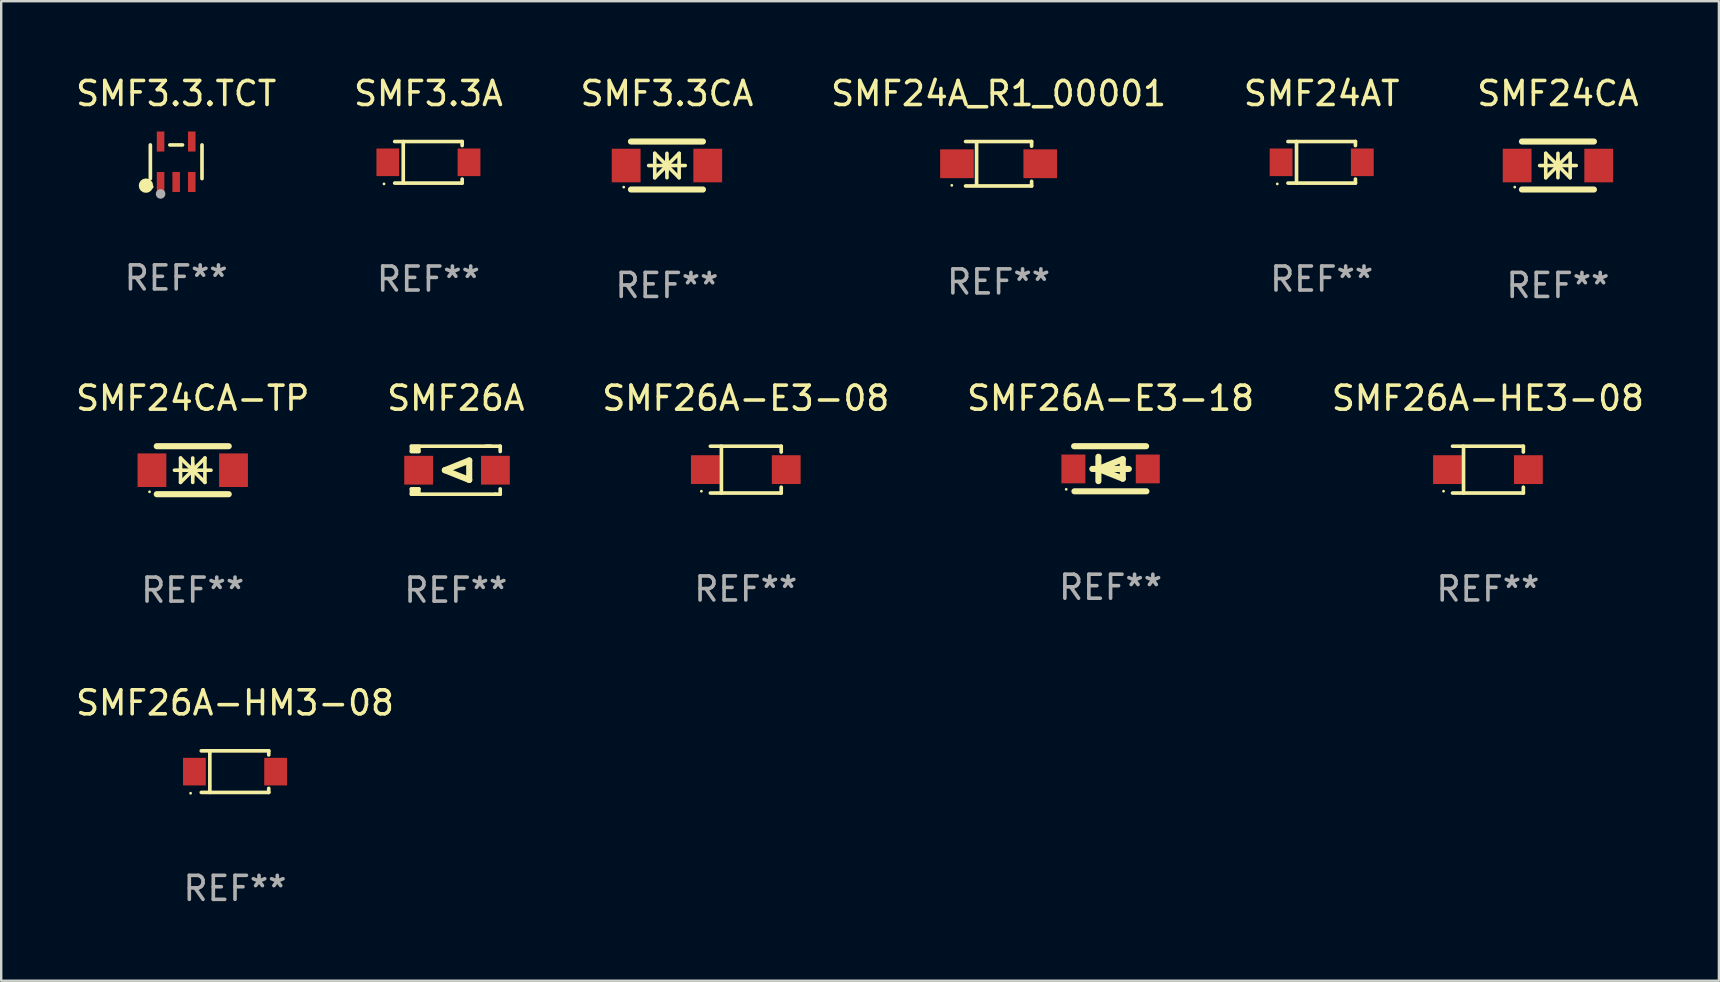
<source format=kicad_pcb>
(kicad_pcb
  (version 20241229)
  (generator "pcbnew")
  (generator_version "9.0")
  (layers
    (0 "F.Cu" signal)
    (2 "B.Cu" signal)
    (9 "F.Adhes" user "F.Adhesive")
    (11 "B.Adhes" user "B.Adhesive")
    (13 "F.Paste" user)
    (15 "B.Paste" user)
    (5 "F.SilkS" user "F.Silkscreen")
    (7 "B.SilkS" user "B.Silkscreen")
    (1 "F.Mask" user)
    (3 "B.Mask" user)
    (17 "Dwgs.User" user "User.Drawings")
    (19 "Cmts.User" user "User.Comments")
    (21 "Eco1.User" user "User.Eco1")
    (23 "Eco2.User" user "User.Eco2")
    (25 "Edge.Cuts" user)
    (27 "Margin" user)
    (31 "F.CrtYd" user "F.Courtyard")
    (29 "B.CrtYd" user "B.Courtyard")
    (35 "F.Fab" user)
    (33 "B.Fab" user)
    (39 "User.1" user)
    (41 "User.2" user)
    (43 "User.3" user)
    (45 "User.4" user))
  (footprint "SMF3.3CA"
    (layer "F.Cu")
    (at 24.744 3.848)
    (property "Reference" "SMF3.3CA" (at 0 -3 0) (layer "F.SilkS") (effects (font (size 1 1) (thickness 0.15))))
    (attr through_hole)
    (fp_line (start -1.5 -1) (end 1.5 -1) (stroke (width 0.254) (type solid)) (layer "F.SilkS"))
    (fp_line (start -1.5 1) (end 1.5 1) (stroke (width 0.254) (type solid)) (layer "F.SilkS"))
    (fp_line (start -0.762 0) (end 0.762 0) (stroke (width 0.15) (type solid)) (layer "F.SilkS"))
    (fp_line (start -0.508 -0.508) (end -0.508 0.508) (stroke (width 0.15) (type solid)) (layer "F.SilkS"))
    (fp_line (start 0 -0.508) (end 0 0.508) (stroke (width 0.15) (type solid)) (layer "F.SilkS"))
    (fp_line (start 0 0) (end -0.508 -0.508) (stroke (width 0.15) (type solid)) (layer "F.SilkS"))
    (fp_line (start 0 0) (end -0.508 0.508) (stroke (width 0.15) (type solid)) (layer "F.SilkS"))
    (fp_line (start 0 0) (end 0.508 -0.508) (stroke (width 0.15) (type solid)) (layer "F.SilkS"))
    (fp_line (start 0 0) (end 0.508 0.508) (stroke (width 0.15) (type solid)) (layer "F.SilkS"))
    (fp_line (start 0 0.254) (end 0 -0.254) (stroke (width 0.15) (type solid)) (layer "F.SilkS"))
    (fp_line (start 0.508 0.508) (end 0.508 -0.508) (stroke (width 0.15) (type solid)) (layer "F.SilkS"))
    (fp_circle (center -1.8 0.9) (end -1.77 0.9) (stroke (width 0.06) (type solid)) (fill no) (layer "F.SilkS"))
    (fp_text user "REF**" (at 0 5 0) (layer "F.Fab") (effects (font (size 1 1) (thickness 0.15))))
    (pad "1" smd rect (at -1.7 0) (size 1.2 1.4) (layers "F.Cu" "F.Mask" "F.Paste"))
    (pad "2" smd rect (at 1.7 0) (size 1.2 1.4) (layers "F.Cu" "F.Mask" "F.Paste")))
  (footprint "SMF24CA"
    (layer "F.Cu")
    (at 61.875 3.848)
    (property "Reference" "SMF24CA" (at 0 -3 0) (layer "F.SilkS") (effects (font (size 1 1) (thickness 0.15))))
    (attr through_hole)
    (fp_line (start -1.5 -1) (end 1.5 -1) (stroke (width 0.254) (type solid)) (layer "F.SilkS"))
    (fp_line (start -1.5 1) (end 1.5 1) (stroke (width 0.254) (type solid)) (layer "F.SilkS"))
    (fp_line (start -0.762 0) (end 0.762 0) (stroke (width 0.15) (type solid)) (layer "F.SilkS"))
    (fp_line (start -0.508 -0.508) (end -0.508 0.508) (stroke (width 0.15) (type solid)) (layer "F.SilkS"))
    (fp_line (start 0 -0.508) (end 0 0.508) (stroke (width 0.15) (type solid)) (layer "F.SilkS"))
    (fp_line (start 0 0) (end -0.508 -0.508) (stroke (width 0.15) (type solid)) (layer "F.SilkS"))
    (fp_line (start 0 0) (end -0.508 0.508) (stroke (width 0.15) (type solid)) (layer "F.SilkS"))
    (fp_line (start 0 0) (end 0.508 -0.508) (stroke (width 0.15) (type solid)) (layer "F.SilkS"))
    (fp_line (start 0 0) (end 0.508 0.508) (stroke (width 0.15) (type solid)) (layer "F.SilkS"))
    (fp_line (start 0 0.254) (end 0 -0.254) (stroke (width 0.15) (type solid)) (layer "F.SilkS"))
    (fp_line (start 0.508 0.508) (end 0.508 -0.508) (stroke (width 0.15) (type solid)) (layer "F.SilkS"))
    (fp_circle (center -1.8 0.9) (end -1.77 0.9) (stroke (width 0.06) (type solid)) (fill no) (layer "F.SilkS"))
    (fp_text user "REF**" (at 0 5 0) (layer "F.Fab") (effects (font (size 1 1) (thickness 0.15))))
    (pad "1" smd rect (at -1.7 0) (size 1.2 1.4) (layers "F.Cu" "F.Mask" "F.Paste"))
    (pad "2" smd rect (at 1.7 0) (size 1.2 1.4) (layers "F.Cu" "F.Mask" "F.Paste")))
  (footprint "SMF26A-HE3-08"
    (layer "F.Cu")
    (at 58.958 16.521)
    (property "Reference" "SMF26A-HE3-08" (at 0 -2.976 0) (layer "F.SilkS") (effects (font (size 1 1) (thickness 0.15))))
    (attr through_hole)
    (fp_line (start -1.476 -0.976) (end 1.476 -0.976) (stroke (width 0.152) (type solid)) (layer "F.SilkS"))
    (fp_line (start -1.476 0.976) (end 1.476 0.976) (stroke (width 0.152) (type solid)) (layer "F.SilkS"))
    (fp_line (start -1.017 -0.976) (end -1.017 0.976) (stroke (width 0.152) (type solid)) (layer "F.SilkS"))
    (fp_line (start 1.476 -0.976) (end 1.476 -0.733) (stroke (width 0.152) (type solid)) (layer "F.SilkS"))
    (fp_line (start 1.476 0.976) (end 1.476 0.733) (stroke (width 0.152) (type solid)) (layer "F.SilkS"))
    (fp_circle (center -1.85 0.9) (end -1.82 0.9) (stroke (width 0.06) (type solid)) (fill no) (layer "F.SilkS"))
    (fp_text user "REF**" (at 0 4.976 0) (layer "F.Fab") (effects (font (size 1 1) (thickness 0.15))))
    (pad "1" smd rect (at -1.685 0) (size 1.2 1.2) (layers "F.Cu" "F.Mask" "F.Paste"))
    (pad "2" smd rect (at 1.685 0) (size 1.2 1.2) (layers "F.Cu" "F.Mask" "F.Paste")))
  (footprint "SMF24CA-TP"
    (layer "F.Cu")
    (at 4.982 16.545)
    (property "Reference" "SMF24CA-TP" (at 0 -3 0) (layer "F.SilkS") (effects (font (size 1 1) (thickness 0.15))))
    (attr through_hole)
    (fp_line (start -1.5 -1) (end 1.5 -1) (stroke (width 0.254) (type solid)) (layer "F.SilkS"))
    (fp_line (start -1.5 1) (end 1.5 1) (stroke (width 0.254) (type solid)) (layer "F.SilkS"))
    (fp_line (start -0.762 0) (end 0.762 0) (stroke (width 0.15) (type solid)) (layer "F.SilkS"))
    (fp_line (start -0.508 -0.508) (end -0.508 0.508) (stroke (width 0.15) (type solid)) (layer "F.SilkS"))
    (fp_line (start 0 -0.508) (end 0 0.508) (stroke (width 0.15) (type solid)) (layer "F.SilkS"))
    (fp_line (start 0 0) (end -0.508 -0.508) (stroke (width 0.15) (type solid)) (layer "F.SilkS"))
    (fp_line (start 0 0) (end -0.508 0.508) (stroke (width 0.15) (type solid)) (layer "F.SilkS"))
    (fp_line (start 0 0) (end 0.508 -0.508) (stroke (width 0.15) (type solid)) (layer "F.SilkS"))
    (fp_line (start 0 0) (end 0.508 0.508) (stroke (width 0.15) (type solid)) (layer "F.SilkS"))
    (fp_line (start 0 0.254) (end 0 -0.254) (stroke (width 0.15) (type solid)) (layer "F.SilkS"))
    (fp_line (start 0.508 0.508) (end 0.508 -0.508) (stroke (width 0.15) (type solid)) (layer "F.SilkS"))
    (fp_circle (center -1.8 0.9) (end -1.77 0.9) (stroke (width 0.06) (type solid)) (fill no) (layer "F.SilkS"))
    (fp_text user "REF**" (at 0 5 0) (layer "F.Fab") (effects (font (size 1 1) (thickness 0.15))))
    (pad "1" smd rect (at -1.7 0) (size 1.2 1.4) (layers "F.Cu" "F.Mask" "F.Paste"))
    (pad "2" smd rect (at 1.7 0) (size 1.2 1.4) (layers "F.Cu" "F.Mask" "F.Paste")))
  (footprint "SMF26A-E3-18"
    (layer "F.Cu")
    (at 43.232 16.485)
    (property "Reference" "SMF26A-E3-18" (at 0 -2.94 0) (layer "F.SilkS") (effects (font (size 1 1) (thickness 0.15))))
    (attr through_hole)
    (fp_line (start -1.52 -0.94) (end 1.48 -0.94) (stroke (width 0.254) (type solid)) (layer "F.SilkS"))
    (fp_line (start -1.507 0.94) (end 1.493 0.94) (stroke (width 0.254) (type solid)) (layer "F.SilkS"))
    (fp_line (start -0.762 0.007) (end 0.762 0.007) (stroke (width 0.254) (type solid)) (layer "F.SilkS"))
    (fp_line (start -0.508 -0.501) (end -0.508 0.515) (stroke (width 0.254) (type solid)) (layer "F.SilkS"))
    (fp_line (start -0.508 0.007) (end 0.508 -0.4) (stroke (width 0.254) (type solid)) (layer "F.SilkS"))
    (fp_line (start 0.508 -0.4) (end 0.508 0.413) (stroke (width 0.254) (type solid)) (layer "F.SilkS"))
    (fp_line (start 0.508 0.413) (end -0.508 0.007) (stroke (width 0.254) (type solid)) (layer "F.SilkS"))
    (fp_circle (center -1.85 0.857) (end -1.82 0.857) (stroke (width 0.06) (type solid)) (fill no) (layer "F.SilkS"))
    (fp_text user "REF**" (at 0 4.94 0) (layer "F.Fab") (effects (font (size 1 1) (thickness 0.15))))
    (pad "1" smd rect (at -1.55 0.007) (size 1 1.2) (layers "F.Cu" "F.Mask" "F.Paste"))
    (pad "2" smd rect (at 1.55 0.007) (size 1 1.2) (layers "F.Cu" "F.Mask" "F.Paste")))
  (footprint "SMF24A_R1_00001"
    (layer "F.Cu")
    (at 38.565 3.774)
    (property "Reference" "SMF24A_R1_00001" (at 0 -2.926 0) (layer "F.SilkS") (effects (font (size 1 1) (thickness 0.15))))
    (attr through_hole)
    (fp_line (start -1.376 -0.926) (end 1.376 -0.926) (stroke (width 0.152) (type solid)) (layer "F.SilkS"))
    (fp_line (start -1.376 0.926) (end 1.376 0.926) (stroke (width 0.152) (type solid)) (layer "F.SilkS"))
    (fp_line (start -0.917 -0.876) (end -0.917 0.876) (stroke (width 0.152) (type solid)) (layer "F.SilkS"))
    (fp_line (start 1.376 -0.926) (end 1.376 -0.733) (stroke (width 0.152) (type solid)) (layer "F.SilkS"))
    (fp_line (start 1.376 0.926) (end 1.376 0.733) (stroke (width 0.152) (type solid)) (layer "F.SilkS"))
    (fp_circle (center -1.95 0.9) (end -1.92 0.9) (stroke (width 0.06) (type solid)) (fill no) (layer "F.SilkS"))
    (fp_text user "REF**" (at 0 4.926 0) (layer "F.Fab") (effects (font (size 1 1) (thickness 0.15))))
    (pad "1" smd rect (at -1.735 0) (size 1.4 1.2) (layers "F.Cu" "F.Mask" "F.Paste"))
    (pad "2" smd rect (at 1.735 0) (size 1.4 1.2) (layers "F.Cu" "F.Mask" "F.Paste")))
  (footprint "SMF26A"
    (layer "F.Cu")
    (at 15.946 16.545)
    (property "Reference" "SMF26A" (at 0 -3 0) (layer "F.SilkS") (effects (font (size 1 1) (thickness 0.15))))
    (attr through_hole)
    (fp_line (start -1.85 -1) (end -1.85 -0.78) (stroke (width 0.152) (type solid)) (layer "F.SilkS"))
    (fp_line (start -1.85 0.78) (end -1.85 1) (stroke (width 0.152) (type solid)) (layer "F.SilkS"))
    (fp_line (start -1.85 1) (end 1.65 1) (stroke (width 0.152) (type solid)) (layer "F.SilkS"))
    (fp_line (start -1.741 -0.78) (end -1.741 -1) (stroke (width 0.152) (type solid)) (layer "F.SilkS"))
    (fp_line (start -1.741 1) (end -1.741 0.78) (stroke (width 0.152) (type solid)) (layer "F.SilkS"))
    (fp_line (start -1.641 -1) (end -1.641 -0.78) (stroke (width 0.152) (type solid)) (layer "F.SilkS"))
    (fp_line (start -1.641 0.78) (end -1.641 1) (stroke (width 0.152) (type solid)) (layer "F.SilkS"))
    (fp_line (start -1.541 -1) (end -1.541 -0.78) (stroke (width 0.152) (type solid)) (layer "F.SilkS"))
    (fp_line (start -1.541 -0.78) (end -1.85 -0.78) (stroke (width 0.152) (type solid)) (layer "F.SilkS"))
    (fp_line (start -1.541 0.78) (end -1.85 0.78) (stroke (width 0.152) (type solid)) (layer "F.SilkS"))
    (fp_line (start -1.541 0.78) (end -1.541 1) (stroke (width 0.152) (type solid)) (layer "F.SilkS"))
    (fp_line (start -0.458 0) (end 0.558 -0.406) (stroke (width 0.254) (type solid)) (layer "F.SilkS"))
    (fp_line (start 0.558 -0.406) (end 0.558 0.406) (stroke (width 0.254) (type solid)) (layer "F.SilkS"))
    (fp_line (start 0.558 0.406) (end -0.458 0) (stroke (width 0.254) (type solid)) (layer "F.SilkS"))
    (fp_line (start 1.45 -1) (end -1.85 -1) (stroke (width 0.152) (type solid)) (layer "F.SilkS"))
    (fp_line (start 1.65 1) (end 1.85 1) (stroke (width 0.152) (type solid)) (layer "F.SilkS"))
    (fp_line (start 1.85 -1) (end 1.25 -1) (stroke (width 0.152) (type solid)) (layer "F.SilkS"))
    (fp_line (start 1.85 -0.78) (end 1.85 -1) (stroke (width 0.152) (type solid)) (layer "F.SilkS"))
    (fp_line (start 1.85 1) (end 1.85 0.78) (stroke (width 0.152) (type solid)) (layer "F.SilkS"))
    (fp_circle (center -1.8 0.9) (end -1.77 0.9) (stroke (width 0.06) (type solid)) (fill no) (layer "F.SilkS"))
    (fp_text user "REF**" (at 0 5 0) (layer "F.Fab") (effects (font (size 1 1) (thickness 0.15))))
    (pad "1" smd rect (at -1.55 0.000051) (size 1.2 1.2) (layers "F.Cu" "F.Mask" "F.Paste"))
    (pad "2" smd rect (at 1.65 0.000051) (size 1.2 1.2) (layers "F.Cu" "F.Mask" "F.Paste")))
  (footprint "SMF3.3.TCT"
    (layer "F.Cu")
    (at 4.292 3.691)
    (property "Reference" "SMF3.3.TCT" (at 0 -2.843 0) (layer "F.SilkS") (effects (font (size 1 1) (thickness 0.15))))
    (attr through_hole)
    (fp_line (start -1.076 0.701) (end -1.076 -0.701) (stroke (width 0.152) (type solid)) (layer "F.SilkS"))
    (fp_line (start 0.264 -0.701) (end -0.264 -0.701) (stroke (width 0.152) (type solid)) (layer "F.SilkS"))
    (fp_line (start 1.076 0.701) (end 1.076 -0.701) (stroke (width 0.152) (type solid)) (layer "F.SilkS"))
    (fp_circle (center -1.26 0.995) (end -1.11 0.995) (stroke (width 0.3) (type solid)) (fill no) (layer "F.SilkS"))
    (fp_circle (center -1 1.05) (end -0.97 1.05) (stroke (width 0.06) (type solid)) (fill no) (layer "F.SilkS"))
    (fp_circle (center -0.65 1.341) (end -0.55 1.341) (stroke (width 0.2) (type solid)) (fill no) (layer "F.Fab"))
    (fp_text user "REF**" (at 0 4.843 0) (layer "F.Fab") (effects (font (size 1 1) (thickness 0.15))))
    (pad "1" smd rect (at -0.65 0.843) (size 0.315 0.835) (layers "F.Cu" "F.Mask" "F.Paste"))
    (pad "2" smd rect (at 0.00014 0.843) (size 0.315 0.835) (layers "F.Cu" "F.Mask" "F.Paste"))
    (pad "3" smd rect (at 0.65 0.843) (size 0.315 0.835) (layers "F.Cu" "F.Mask" "F.Paste"))
    (pad "4" smd rect (at 0.65 -0.843) (size 0.315 0.835) (layers "F.Cu" "F.Mask" "F.Paste"))
    (pad "5" smd rect (at -0.65 -0.843) (size 0.315 0.835) (layers "F.Cu" "F.Mask" "F.Paste")))
  (footprint "SMF26A-E3-08"
    (layer "F.Cu")
    (at 28.03 16.521)
    (property "Reference" "SMF26A-E3-08" (at 0 -2.976 0) (layer "F.SilkS") (effects (font (size 1 1) (thickness 0.15))))
    (attr through_hole)
    (fp_line (start -1.476 -0.976) (end 1.476 -0.976) (stroke (width 0.152) (type solid)) (layer "F.SilkS"))
    (fp_line (start -1.476 0.976) (end 1.476 0.976) (stroke (width 0.152) (type solid)) (layer "F.SilkS"))
    (fp_line (start -1.017 -0.976) (end -1.017 0.976) (stroke (width 0.152) (type solid)) (layer "F.SilkS"))
    (fp_line (start 1.476 -0.976) (end 1.476 -0.733) (stroke (width 0.152) (type solid)) (layer "F.SilkS"))
    (fp_line (start 1.476 0.976) (end 1.476 0.733) (stroke (width 0.152) (type solid)) (layer "F.SilkS"))
    (fp_circle (center -1.85 0.9) (end -1.82 0.9) (stroke (width 0.06) (type solid)) (fill no) (layer "F.SilkS"))
    (fp_text user "REF**" (at 0 4.976 0) (layer "F.Fab") (effects (font (size 1 1) (thickness 0.15))))
    (pad "1" smd rect (at -1.685 0) (size 1.2 1.2) (layers "F.Cu" "F.Mask" "F.Paste"))
    (pad "2" smd rect (at 1.685 0) (size 1.2 1.2) (layers "F.Cu" "F.Mask" "F.Paste")))
  (footprint "SMF3.3A"
    (layer "F.Cu")
    (at 14.804 3.714)
    (property "Reference" "SMF3.3A" (at 0 -2.866 0) (layer "F.SilkS") (effects (font (size 1 1) (thickness 0.15))))
    (attr through_hole)
    (fp_line (start -1.406 -0.866) (end 1.406 -0.866) (stroke (width 0.152) (type solid)) (layer "F.SilkS"))
    (fp_line (start -1.406 0.866) (end 1.406 0.866) (stroke (width 0.152) (type solid)) (layer "F.SilkS"))
    (fp_line (start -1.049 -0.866) (end -1.049 0.866) (stroke (width 0.152) (type solid)) (layer "F.SilkS"))
    (fp_line (start 1.406 -0.866) (end 1.406 -0.698) (stroke (width 0.152) (type solid)) (layer "F.SilkS"))
    (fp_line (start 1.406 0.866) (end 1.406 0.698) (stroke (width 0.152) (type solid)) (layer "F.SilkS"))
    (fp_circle (center -1.851 0.9) (end -1.821 0.9) (stroke (width 0.06) (type solid)) (fill no) (layer "F.SilkS"))
    (fp_text user "REF**" (at 0 4.866 0) (layer "F.Fab") (effects (font (size 1 1) (thickness 0.15))))
    (pad "1" smd rect (at -1.692 0) (size 0.95 1.15) (layers "F.Cu" "F.Mask" "F.Paste"))
    (pad "2" smd rect (at 1.692 0) (size 0.95 1.15) (layers "F.Cu" "F.Mask" "F.Paste")))
  (footprint "SMF24AT"
    (layer "F.Cu")
    (at 52.03 3.714)
    (property "Reference" "SMF24AT" (at 0 -2.866 0) (layer "F.SilkS") (effects (font (size 1 1) (thickness 0.15))))
    (attr through_hole)
    (fp_line (start -1.406 -0.866) (end 1.406 -0.866) (stroke (width 0.152) (type solid)) (layer "F.SilkS"))
    (fp_line (start -1.406 0.866) (end 1.406 0.866) (stroke (width 0.152) (type solid)) (layer "F.SilkS"))
    (fp_line (start -1.049 -0.866) (end -1.049 0.866) (stroke (width 0.152) (type solid)) (layer "F.SilkS"))
    (fp_line (start 1.406 -0.866) (end 1.406 -0.698) (stroke (width 0.152) (type solid)) (layer "F.SilkS"))
    (fp_line (start 1.406 0.866) (end 1.406 0.698) (stroke (width 0.152) (type solid)) (layer "F.SilkS"))
    (fp_circle (center -1.851 0.9) (end -1.821 0.9) (stroke (width 0.06) (type solid)) (fill no) (layer "F.SilkS"))
    (fp_text user "REF**" (at 0 4.866 0) (layer "F.Fab") (effects (font (size 1 1) (thickness 0.15))))
    (pad "1" smd rect (at -1.692 0) (size 0.95 1.15) (layers "F.Cu" "F.Mask" "F.Paste"))
    (pad "2" smd rect (at 1.692 0) (size 0.95 1.15) (layers "F.Cu" "F.Mask" "F.Paste")))
  (footprint "SMF26A-HM3-08"
    (layer "F.Cu")
    (at 6.744 29.107)
    (property "Reference" "SMF26A-HM3-08" (at 0 -2.866 0) (layer "F.SilkS") (effects (font (size 1 1) (thickness 0.15))))
    (attr through_hole)
    (fp_line (start -1.406 -0.866) (end 1.406 -0.866) (stroke (width 0.152) (type solid)) (layer "F.SilkS"))
    (fp_line (start -1.406 0.866) (end 1.406 0.866) (stroke (width 0.152) (type solid)) (layer "F.SilkS"))
    (fp_line (start -1.049 -0.866) (end -1.049 0.866) (stroke (width 0.152) (type solid)) (layer "F.SilkS"))
    (fp_line (start 1.406 -0.866) (end 1.406 -0.698) (stroke (width 0.152) (type solid)) (layer "F.SilkS"))
    (fp_line (start 1.406 0.866) (end 1.406 0.698) (stroke (width 0.152) (type solid)) (layer "F.SilkS"))
    (fp_circle (center -1.851 0.9) (end -1.821 0.9) (stroke (width 0.06) (type solid)) (fill no) (layer "F.SilkS"))
    (fp_text user "REF**" (at 0 4.866 0) (layer "F.Fab") (effects (font (size 1 1) (thickness 0.15))))
    (pad "1" smd rect (at -1.692 0) (size 0.95 1.15) (layers "F.Cu" "F.Mask" "F.Paste"))
    (pad "2" smd rect (at 1.692 0) (size 0.95 1.15) (layers "F.Cu" "F.Mask" "F.Paste")))
  (gr_rect
    (start -3 -3)
    (end 68.583 37.822)
    (stroke (width 0.1) (type default))
    (fill no)
    (layer "Edge.Cuts")))
</source>
